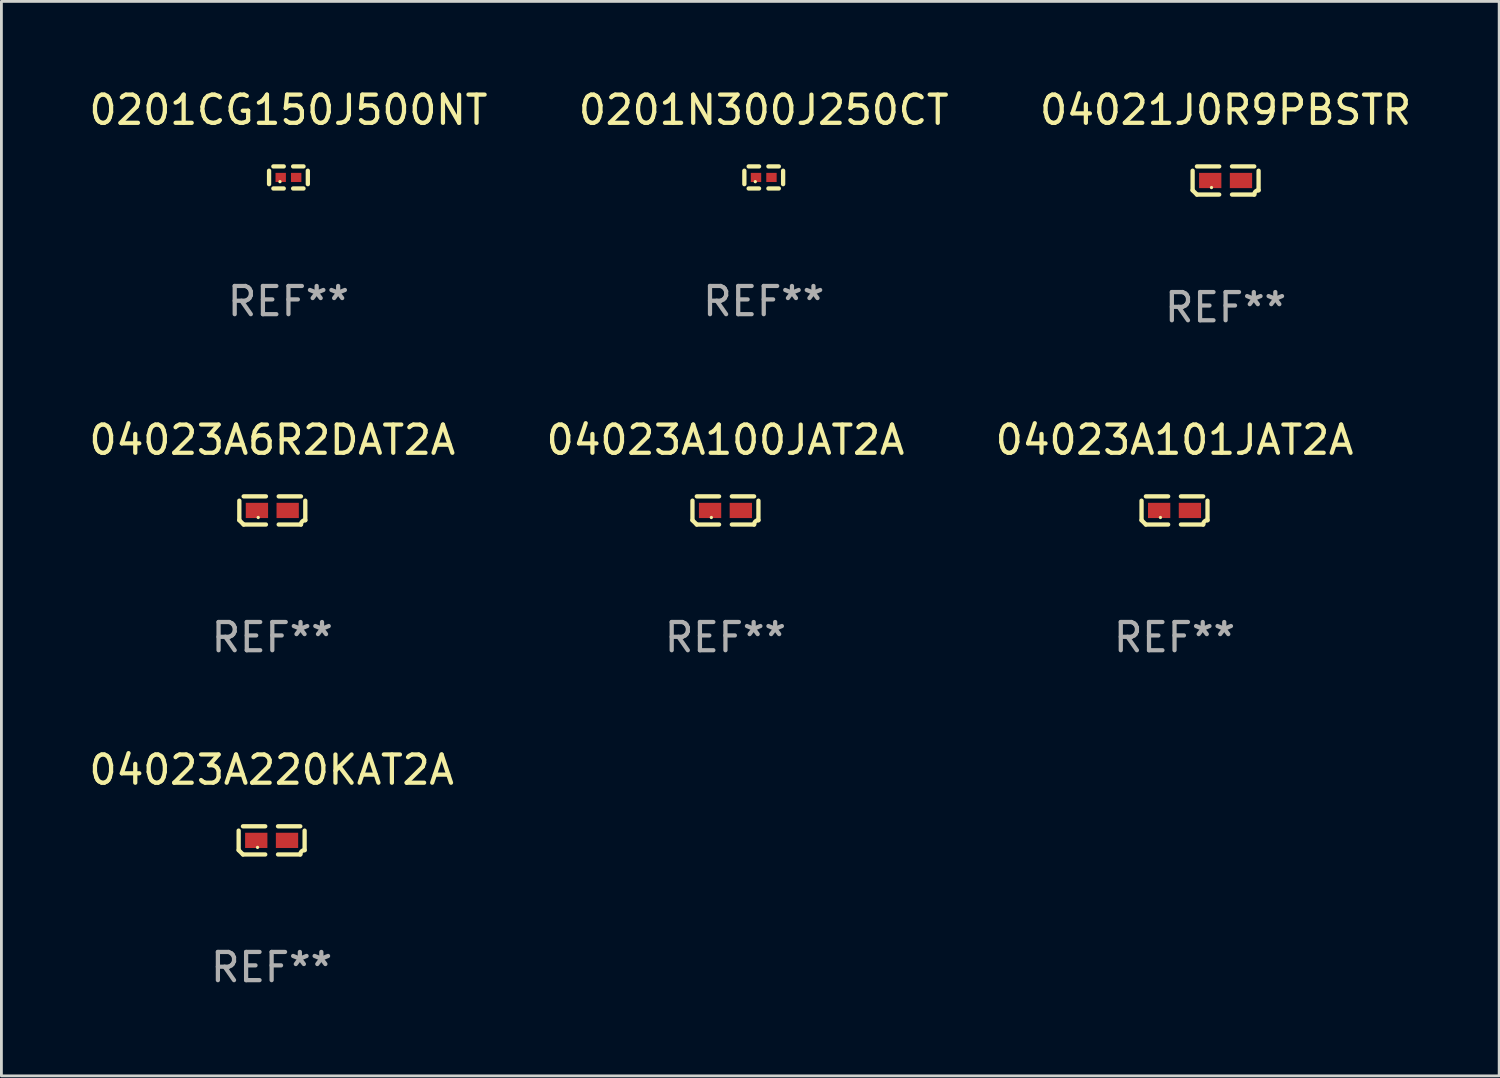
<source format=kicad_pcb>
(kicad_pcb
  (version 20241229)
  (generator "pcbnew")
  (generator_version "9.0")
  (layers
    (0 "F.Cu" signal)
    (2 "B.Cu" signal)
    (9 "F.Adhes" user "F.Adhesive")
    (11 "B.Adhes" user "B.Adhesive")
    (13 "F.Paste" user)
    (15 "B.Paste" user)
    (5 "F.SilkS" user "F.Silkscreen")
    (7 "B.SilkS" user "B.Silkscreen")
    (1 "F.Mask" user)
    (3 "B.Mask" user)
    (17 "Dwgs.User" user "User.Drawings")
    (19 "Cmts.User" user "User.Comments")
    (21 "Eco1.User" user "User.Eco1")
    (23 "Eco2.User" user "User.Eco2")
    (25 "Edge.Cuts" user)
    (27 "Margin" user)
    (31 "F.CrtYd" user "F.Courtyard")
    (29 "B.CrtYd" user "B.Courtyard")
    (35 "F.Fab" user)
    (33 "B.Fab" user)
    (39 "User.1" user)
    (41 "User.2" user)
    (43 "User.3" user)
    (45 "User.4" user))
  (footprint "04023A220KAT2A"
    (layer "F.Cu")
    (at 6.577 26.734)
    (property "Reference" "04023A220KAT2A" (at 0 -2.499 0) (layer "F.SilkS") (effects (font (size 1 1) (thickness 0.15))))
    (attr through_hole)
    (fp_line (start -1.169 0.346) (end -1.169 -0.346) (stroke (width 0.152) (type solid)) (layer "F.SilkS"))
    (fp_line (start -1.016 -0.499) (end -0.226 -0.499) (stroke (width 0.152) (type solid)) (layer "F.SilkS"))
    (fp_line (start -0.226 0.499) (end -1.016 0.499) (stroke (width 0.152) (type solid)) (layer "F.SilkS"))
    (fp_line (start 0.226 0.499) (end 1.016 0.499) (stroke (width 0.152) (type solid)) (layer "F.SilkS"))
    (fp_line (start 1.016 -0.499) (end 0.226 -0.499) (stroke (width 0.152) (type solid)) (layer "F.SilkS"))
    (fp_line (start 1.169 0.346) (end 1.169 -0.346) (stroke (width 0.152) (type solid)) (layer "F.SilkS"))
    (fp_arc (start -1.016307 0.498603) (mid -1.092512 0.422405) (end -1.16871 0.3462) (stroke (width 0.1524) (type solid)) (layer "F.SilkS"))
    (fp_arc (start 1.016307 0.498603) (mid 1.060899 0.390758) (end 1.168707 0.346076) (stroke (width 0.1524) (type solid)) (layer "F.SilkS"))
    (fp_circle (center -0.5 0.25) (end -0.47 0.25) (stroke (width 0.06) (type solid)) (fill no) (layer "F.SilkS"))
    (fp_text user "REF**" (at 0 4.499 0) (layer "F.Fab") (effects (font (size 1 1) (thickness 0.15))))
    (pad "1" smd rect (at -0.545 0) (size 0.79 0.54) (layers "F.Cu" "F.Mask" "F.Paste"))
    (pad "2" smd rect (at 0.545 0) (size 0.79 0.54) (layers "F.Cu" "F.Mask" "F.Paste")))
  (footprint "04023A6R2DAT2A"
    (layer "F.Cu")
    (at 6.601 15.041)
    (property "Reference" "04023A6R2DAT2A" (at 0 -2.499 0) (layer "F.SilkS") (effects (font (size 1 1) (thickness 0.15))))
    (attr through_hole)
    (fp_line (start -1.169 0.346) (end -1.169 -0.346) (stroke (width 0.152) (type solid)) (layer "F.SilkS"))
    (fp_line (start -1.016 -0.499) (end -0.226 -0.499) (stroke (width 0.152) (type solid)) (layer "F.SilkS"))
    (fp_line (start -0.226 0.499) (end -1.016 0.499) (stroke (width 0.152) (type solid)) (layer "F.SilkS"))
    (fp_line (start 0.226 0.499) (end 1.016 0.499) (stroke (width 0.152) (type solid)) (layer "F.SilkS"))
    (fp_line (start 1.016 -0.499) (end 0.226 -0.499) (stroke (width 0.152) (type solid)) (layer "F.SilkS"))
    (fp_line (start 1.169 0.346) (end 1.169 -0.346) (stroke (width 0.152) (type solid)) (layer "F.SilkS"))
    (fp_arc (start -1.016307 0.498603) (mid -1.092512 0.422405) (end -1.16871 0.3462) (stroke (width 0.1524) (type solid)) (layer "F.SilkS"))
    (fp_arc (start 1.016307 0.498603) (mid 1.060899 0.390758) (end 1.168707 0.346076) (stroke (width 0.1524) (type solid)) (layer "F.SilkS"))
    (fp_circle (center -0.5 0.25) (end -0.47 0.25) (stroke (width 0.06) (type solid)) (fill no) (layer "F.SilkS"))
    (fp_text user "REF**" (at 0 4.499 0) (layer "F.Fab") (effects (font (size 1 1) (thickness 0.15))))
    (pad "1" smd rect (at -0.545 0) (size 0.79 0.54) (layers "F.Cu" "F.Mask" "F.Paste"))
    (pad "2" smd rect (at 0.545 0) (size 0.79 0.54) (layers "F.Cu" "F.Mask" "F.Paste")))
  (footprint "04023A100JAT2A"
    (layer "F.Cu")
    (at 22.661 15.041)
    (property "Reference" "04023A100JAT2A" (at 0 -2.499 0) (layer "F.SilkS") (effects (font (size 1 1) (thickness 0.15))))
    (attr through_hole)
    (fp_line (start -1.169 0.346) (end -1.169 -0.346) (stroke (width 0.152) (type solid)) (layer "F.SilkS"))
    (fp_line (start -1.016 -0.499) (end -0.226 -0.499) (stroke (width 0.152) (type solid)) (layer "F.SilkS"))
    (fp_line (start -0.226 0.499) (end -1.016 0.499) (stroke (width 0.152) (type solid)) (layer "F.SilkS"))
    (fp_line (start 0.226 0.499) (end 1.016 0.499) (stroke (width 0.152) (type solid)) (layer "F.SilkS"))
    (fp_line (start 1.016 -0.499) (end 0.226 -0.499) (stroke (width 0.152) (type solid)) (layer "F.SilkS"))
    (fp_line (start 1.169 0.346) (end 1.169 -0.346) (stroke (width 0.152) (type solid)) (layer "F.SilkS"))
    (fp_arc (start -1.016307 0.498603) (mid -1.092512 0.422405) (end -1.16871 0.3462) (stroke (width 0.1524) (type solid)) (layer "F.SilkS"))
    (fp_arc (start 1.016307 0.498603) (mid 1.060899 0.390758) (end 1.168707 0.346076) (stroke (width 0.1524) (type solid)) (layer "F.SilkS"))
    (fp_circle (center -0.5 0.25) (end -0.47 0.25) (stroke (width 0.06) (type solid)) (fill no) (layer "F.SilkS"))
    (fp_text user "REF**" (at 0 4.499 0) (layer "F.Fab") (effects (font (size 1 1) (thickness 0.15))))
    (pad "1" smd rect (at -0.545 0) (size 0.79 0.54) (layers "F.Cu" "F.Mask" "F.Paste"))
    (pad "2" smd rect (at 0.545 0) (size 0.79 0.54) (layers "F.Cu" "F.Mask" "F.Paste")))
  (footprint "0201N300J250CT"
    (layer "F.Cu")
    (at 24.018 3.239)
    (property "Reference" "0201N300J250CT" (at 0 -2.391 0) (layer "F.SilkS") (effects (font (size 1 1) (thickness 0.15))))
    (attr through_hole)
    (fp_line (start -0.687 0.238) (end -0.687 -0.238) (stroke (width 0.152) (type solid)) (layer "F.SilkS"))
    (fp_line (start -0.535 -0.391) (end -0.166 -0.391) (stroke (width 0.152) (type solid)) (layer "F.SilkS"))
    (fp_line (start -0.166 0.391) (end -0.535 0.391) (stroke (width 0.152) (type solid)) (layer "F.SilkS"))
    (fp_line (start 0.166 0.391) (end 0.535 0.391) (stroke (width 0.152) (type solid)) (layer "F.SilkS"))
    (fp_line (start 0.535 -0.391) (end 0.166 -0.391) (stroke (width 0.152) (type solid)) (layer "F.SilkS"))
    (fp_line (start 0.687 0.238) (end 0.687 -0.238) (stroke (width 0.152) (type solid)) (layer "F.SilkS"))
    (fp_circle (center -0.3 0.15) (end -0.27 0.15) (stroke (width 0.06) (type solid)) (fill no) (layer "F.SilkS"))
    (fp_text user "REF**" (at 0 4.391 0) (layer "F.Fab") (effects (font (size 1 1) (thickness 0.15))))
    (pad "1" smd rect (at -0.274 0) (size 0.368 0.324) (layers "F.Cu" "F.Mask" "F.Paste"))
    (pad "2" smd rect (at 0.274 0) (size 0.368 0.324) (layers "F.Cu" "F.Mask" "F.Paste")))
  (footprint "0201CG150J500NT"
    (layer "F.Cu")
    (at 7.173 3.239)
    (property "Reference" "0201CG150J500NT" (at 0 -2.391 0) (layer "F.SilkS") (effects (font (size 1 1) (thickness 0.15))))
    (attr through_hole)
    (fp_line (start -0.687 0.238) (end -0.687 -0.238) (stroke (width 0.152) (type solid)) (layer "F.SilkS"))
    (fp_line (start -0.535 -0.391) (end -0.166 -0.391) (stroke (width 0.152) (type solid)) (layer "F.SilkS"))
    (fp_line (start -0.166 0.391) (end -0.535 0.391) (stroke (width 0.152) (type solid)) (layer "F.SilkS"))
    (fp_line (start 0.166 0.391) (end 0.535 0.391) (stroke (width 0.152) (type solid)) (layer "F.SilkS"))
    (fp_line (start 0.535 -0.391) (end 0.166 -0.391) (stroke (width 0.152) (type solid)) (layer "F.SilkS"))
    (fp_line (start 0.687 0.238) (end 0.687 -0.238) (stroke (width 0.152) (type solid)) (layer "F.SilkS"))
    (fp_circle (center -0.3 0.15) (end -0.27 0.15) (stroke (width 0.06) (type solid)) (fill no) (layer "F.SilkS"))
    (fp_text user "REF**" (at 0 4.391 0) (layer "F.Fab") (effects (font (size 1 1) (thickness 0.15))))
    (pad "1" smd rect (at -0.274 0) (size 0.368 0.324) (layers "F.Cu" "F.Mask" "F.Paste"))
    (pad "2" smd rect (at 0.274 0) (size 0.368 0.324) (layers "F.Cu" "F.Mask" "F.Paste")))
  (footprint "04023A101JAT2A"
    (layer "F.Cu")
    (at 38.577 15.041)
    (property "Reference" "04023A101JAT2A" (at 0 -2.499 0) (layer "F.SilkS") (effects (font (size 1 1) (thickness 0.15))))
    (attr through_hole)
    (fp_line (start -1.169 0.346) (end -1.169 -0.346) (stroke (width 0.152) (type solid)) (layer "F.SilkS"))
    (fp_line (start -1.016 -0.499) (end -0.226 -0.499) (stroke (width 0.152) (type solid)) (layer "F.SilkS"))
    (fp_line (start -0.226 0.499) (end -1.016 0.499) (stroke (width 0.152) (type solid)) (layer "F.SilkS"))
    (fp_line (start 0.226 0.499) (end 1.016 0.499) (stroke (width 0.152) (type solid)) (layer "F.SilkS"))
    (fp_line (start 1.016 -0.499) (end 0.226 -0.499) (stroke (width 0.152) (type solid)) (layer "F.SilkS"))
    (fp_line (start 1.169 0.346) (end 1.169 -0.346) (stroke (width 0.152) (type solid)) (layer "F.SilkS"))
    (fp_arc (start -1.016307 0.498603) (mid -1.092512 0.422405) (end -1.16871 0.3462) (stroke (width 0.1524) (type solid)) (layer "F.SilkS"))
    (fp_arc (start 1.016307 0.498603) (mid 1.060899 0.390758) (end 1.168707 0.346076) (stroke (width 0.1524) (type solid)) (layer "F.SilkS"))
    (fp_circle (center -0.5 0.25) (end -0.47 0.25) (stroke (width 0.06) (type solid)) (fill no) (layer "F.SilkS"))
    (fp_text user "REF**" (at 0 4.499 0) (layer "F.Fab") (effects (font (size 1 1) (thickness 0.15))))
    (pad "1" smd rect (at -0.545 0) (size 0.79 0.54) (layers "F.Cu" "F.Mask" "F.Paste"))
    (pad "2" smd rect (at 0.545 0) (size 0.79 0.54) (layers "F.Cu" "F.Mask" "F.Paste")))
  (footprint "04021J0R9PBSTR"
    (layer "F.Cu")
    (at 40.387 3.347)
    (property "Reference" "04021J0R9PBSTR" (at 0 -2.499 0) (layer "F.SilkS") (effects (font (size 1 1) (thickness 0.15))))
    (attr through_hole)
    (fp_line (start -1.169 0.346) (end -1.169 -0.346) (stroke (width 0.152) (type solid)) (layer "F.SilkS"))
    (fp_line (start -1.016 -0.499) (end -0.226 -0.499) (stroke (width 0.152) (type solid)) (layer "F.SilkS"))
    (fp_line (start -0.226 0.499) (end -1.016 0.499) (stroke (width 0.152) (type solid)) (layer "F.SilkS"))
    (fp_line (start 0.226 0.499) (end 1.016 0.499) (stroke (width 0.152) (type solid)) (layer "F.SilkS"))
    (fp_line (start 1.016 -0.499) (end 0.226 -0.499) (stroke (width 0.152) (type solid)) (layer "F.SilkS"))
    (fp_line (start 1.169 0.346) (end 1.169 -0.346) (stroke (width 0.152) (type solid)) (layer "F.SilkS"))
    (fp_arc (start -1.016307 0.498603) (mid -1.092512 0.422405) (end -1.16871 0.3462) (stroke (width 0.1524) (type solid)) (layer "F.SilkS"))
    (fp_arc (start 1.016307 0.498603) (mid 1.060899 0.390758) (end 1.168707 0.346076) (stroke (width 0.1524) (type solid)) (layer "F.SilkS"))
    (fp_circle (center -0.5 0.25) (end -0.47 0.25) (stroke (width 0.06) (type solid)) (fill no) (layer "F.SilkS"))
    (fp_text user "REF**" (at 0 4.499 0) (layer "F.Fab") (effects (font (size 1 1) (thickness 0.15))))
    (pad "1" smd rect (at -0.545 0) (size 0.79 0.54) (layers "F.Cu" "F.Mask" "F.Paste"))
    (pad "2" smd rect (at 0.545 0) (size 0.79 0.54) (layers "F.Cu" "F.Mask" "F.Paste")))
  (gr_rect
    (start -3 -3)
    (end 50.083 35.081)
    (stroke (width 0.1) (type default))
    (fill no)
    (layer "Edge.Cuts")))
</source>
